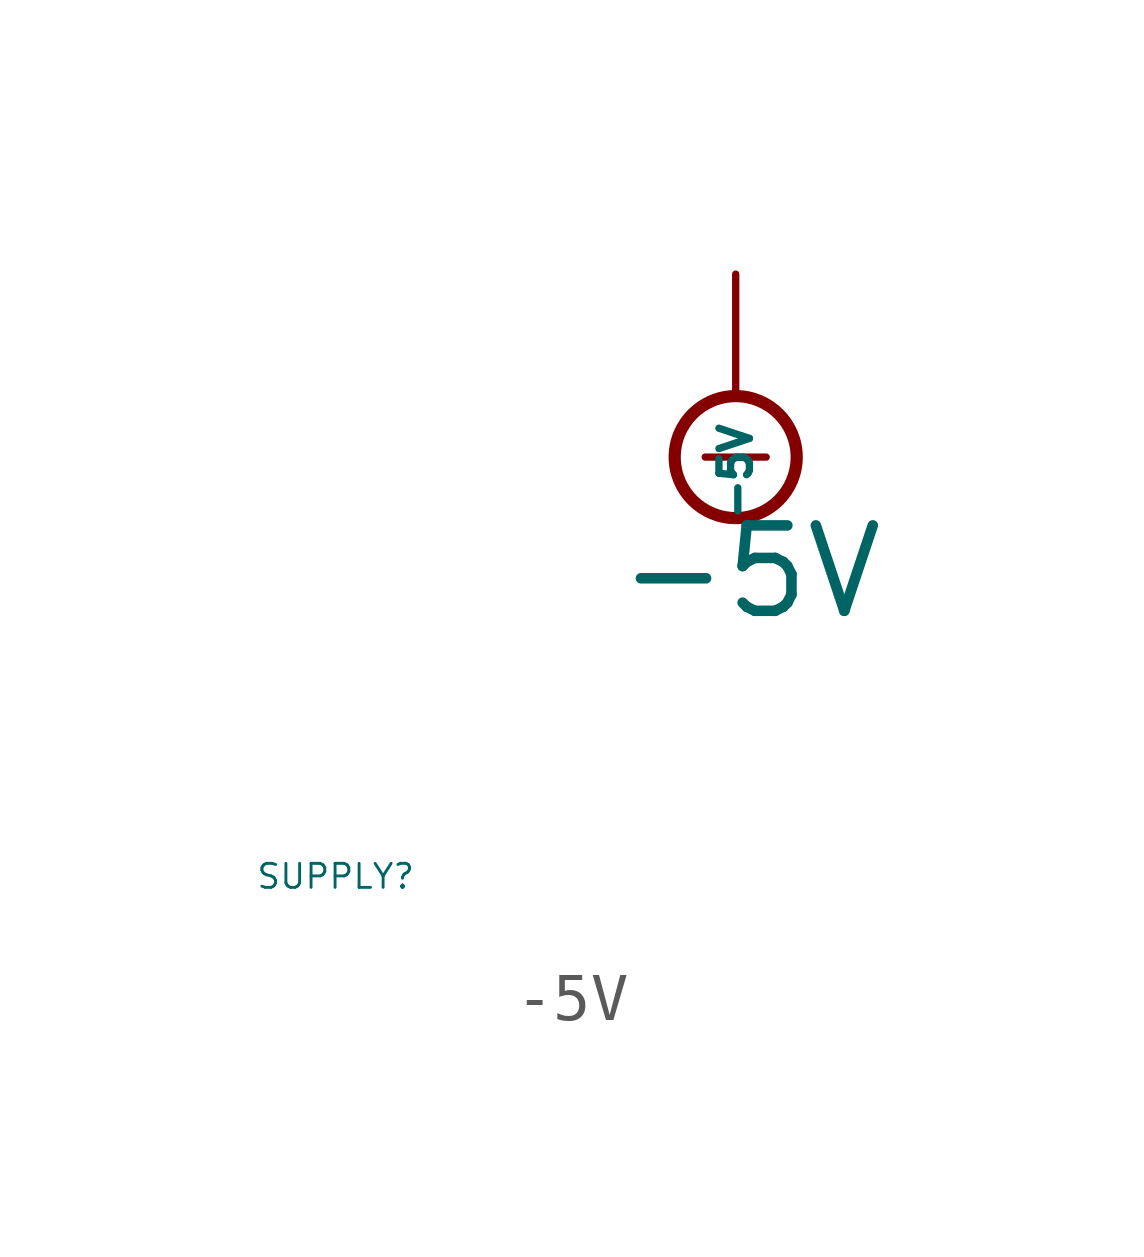
<source format=kicad_sym>
(kicad_symbol_lib
  (version 20220914)
  (generator Eagle2Kicad)
  (symbol "-5V"
    (property "Reference" "SUPPLY"
      (at -10 -10 0)
      (effects (font (size 0.5 0.5) (thickness 0.06)) (justify left)))
    (property "Value" "-5V"
      (at -2.54 -4.699 0)
      (effects (font (size 1.778 1.778) (thickness 0.22)) (justify left bottom)))
    (polyline
      (pts (xy -0.635 -1.27) (xy 0.635 -1.27))
      (stroke (width 0.152) (type default))
      (fill (type none)))
    (circle
      (center 0 -1.27)
      (radius 1.27)
      (stroke (width 0.254) (type default))
      (fill (type none)))
    (pin unspecified line
      (at 0 2.54 270)
      (length 2.54)
      (name "-5V" (effects (font (size 0.635 0.635) (thickness 0.08)) (justify left bottom)))
      (number "" (effects (font (size 0.635 0.635) (thickness 0.08)) (justify left bottom))))))
</source>
